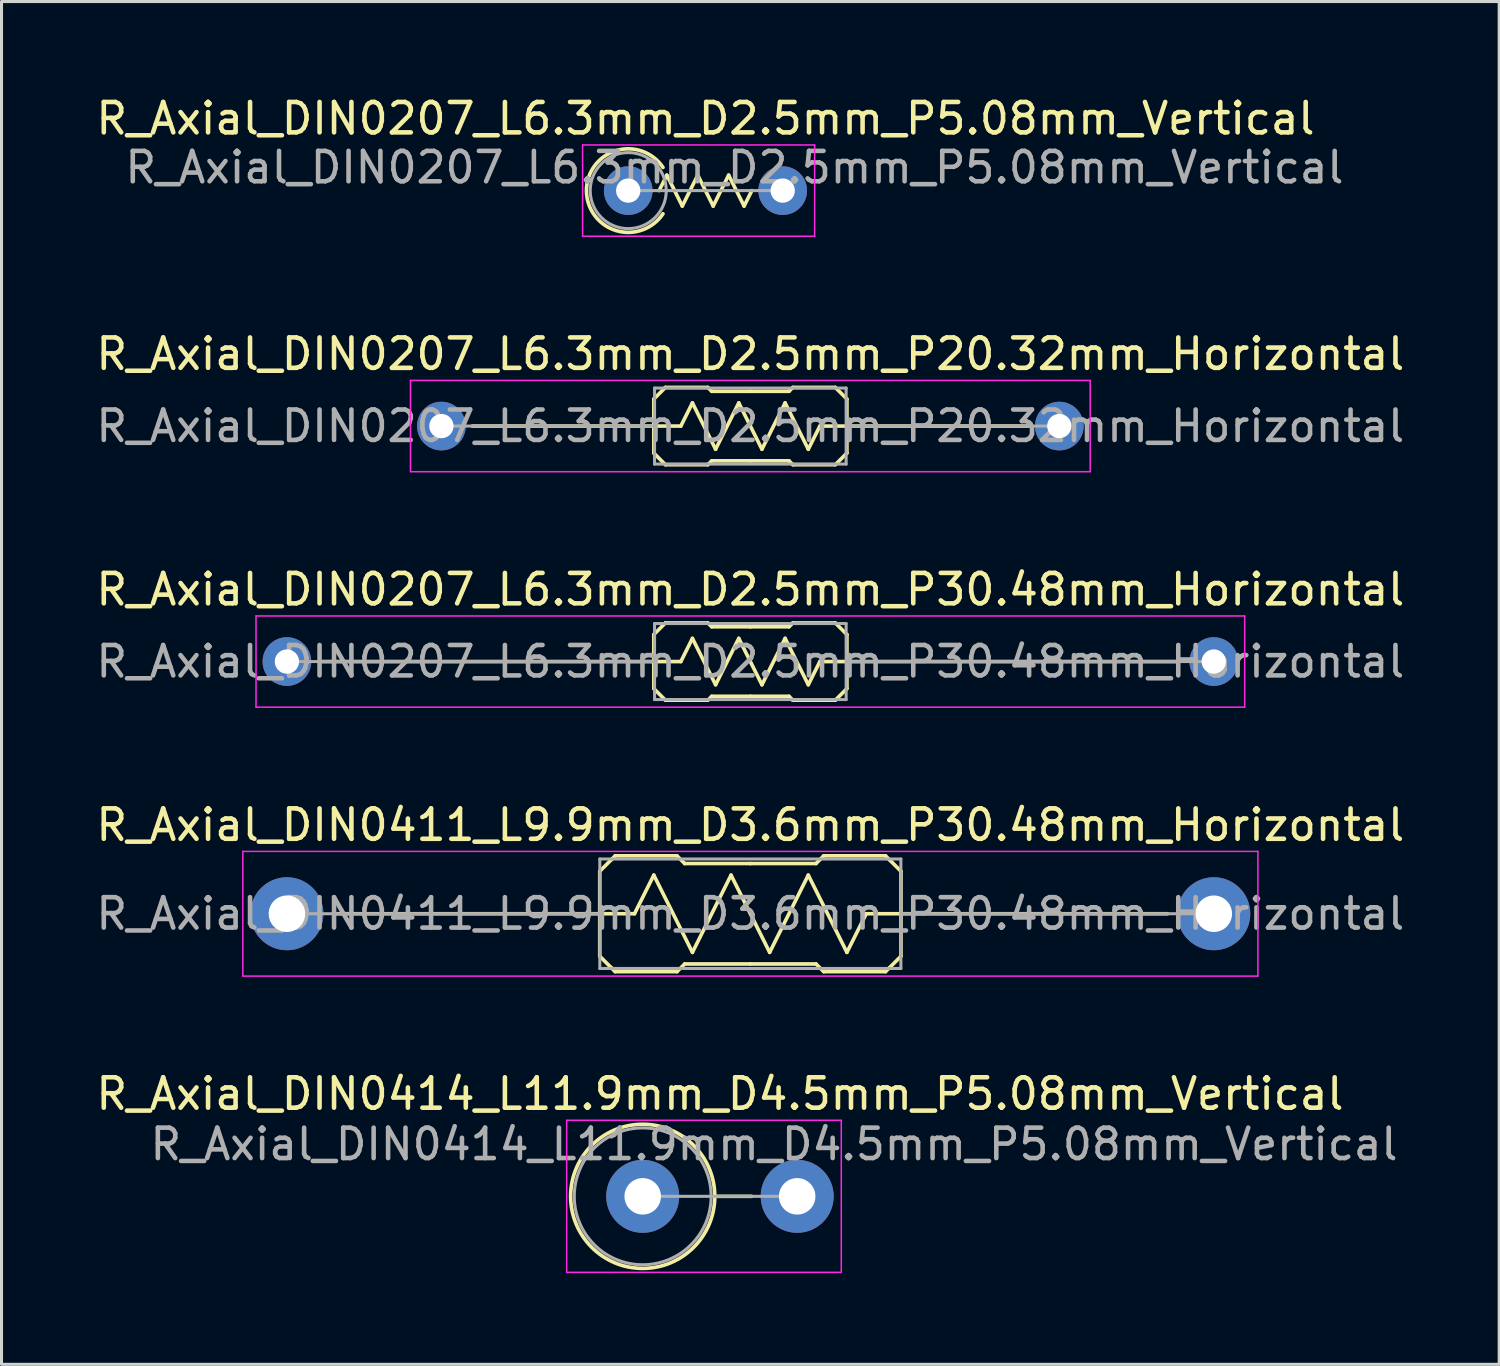
<source format=kicad_pcb>
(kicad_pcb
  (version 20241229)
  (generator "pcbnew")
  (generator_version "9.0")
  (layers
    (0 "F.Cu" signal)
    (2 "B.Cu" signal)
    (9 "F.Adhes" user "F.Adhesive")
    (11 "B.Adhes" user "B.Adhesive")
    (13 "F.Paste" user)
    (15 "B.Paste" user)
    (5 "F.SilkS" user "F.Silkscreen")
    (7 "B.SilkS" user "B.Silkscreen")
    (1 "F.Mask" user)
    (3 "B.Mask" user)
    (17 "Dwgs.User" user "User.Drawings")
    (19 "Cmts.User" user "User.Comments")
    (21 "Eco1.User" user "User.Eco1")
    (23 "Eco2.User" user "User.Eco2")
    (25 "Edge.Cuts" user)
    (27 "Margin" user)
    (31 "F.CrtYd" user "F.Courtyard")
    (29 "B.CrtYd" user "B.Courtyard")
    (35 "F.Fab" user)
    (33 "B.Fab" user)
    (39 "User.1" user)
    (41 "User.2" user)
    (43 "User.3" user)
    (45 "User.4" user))
  (footprint "R_Axial_DIN0414_L11.9mm_D4.5mm_P5.08mm_Vertical"
    (layer "F.Cu")
    (at 18.085 36.291)
    (property "Reference" "R_Axial_DIN0414_L11.9mm_D4.5mm_P5.08mm_Vertical" (at 2.54 -3.37 0) (layer "F.SilkS") (effects (font (size 1 1) (thickness 0.15))))
    (attr through_hole)
    (fp_line (start 2.37 0) (end 3.58 0) (stroke (width 0.12) (type solid)) (layer "F.SilkS"))
    (fp_circle (center 0 0) (end 2.37 0) (stroke (width 0.12) (type solid)) (fill no) (layer "F.SilkS"))
    (fp_line (start -2.5 -2.5) (end -2.5 2.5) (stroke (width 0.05) (type solid)) (layer "F.CrtYd"))
    (fp_line (start -2.5 2.5) (end 6.53 2.5) (stroke (width 0.05) (type solid)) (layer "F.CrtYd"))
    (fp_line (start 6.53 -2.5) (end -2.5 -2.5) (stroke (width 0.05) (type solid)) (layer "F.CrtYd"))
    (fp_line (start 6.53 2.5) (end 6.53 -2.5) (stroke (width 0.05) (type solid)) (layer "F.CrtYd"))
    (fp_line (start 0 0) (end 5.08 0) (stroke (width 0.1) (type solid)) (layer "F.Fab"))
    (fp_circle (center 0 0) (end 2.25 0) (stroke (width 0.1) (type solid)) (fill no) (layer "F.Fab"))
    (fp_text user "${REFERENCE}" (at 4.318 -1.714 0) (layer "F.Fab") (effects (font (size 1 1) (thickness 0.15))))
    (pad "1" thru_hole circle (at 0 0) (size 2.4 2.4) (drill 1.2) (layers "*.Cu" "*.Mask"))
    (pad "2" thru_hole oval (at 5.08 0) (size 2.4 2.4) (drill 1.2) (layers "*.Cu" "*.Mask")))
  (footprint "R_Axial_DIN0411_L9.9mm_D3.6mm_P30.48mm_Horizontal"
    (layer "F.Cu")
    (at 6.385 26.998)
    (property "Reference" "R_Axial_DIN0411_L9.9mm_D3.6mm_P30.48mm_Horizontal" (at 15.24 -2.92 0) (layer "F.SilkS") (effects (font (size 1 1) (thickness 0.15))))
    (attr through_hole)
    (fp_line (start 10.287 -1.397) (end 10.668 -1.778) (stroke (width 0.12) (type solid)) (layer "F.SilkS"))
    (fp_line (start 10.287 0) (end 1.524 0) (stroke (width 0.12) (type solid)) (layer "F.SilkS"))
    (fp_line (start 10.287 1.397) (end 10.287 -1.397) (stroke (width 0.12) (type solid)) (layer "F.SilkS"))
    (fp_line (start 10.287 1.397) (end 10.668 1.778) (stroke (width 0.12) (type solid)) (layer "F.SilkS"))
    (fp_line (start 10.668 -1.778) (end 10.795 -1.905) (stroke (width 0.12) (type solid)) (layer "F.SilkS"))
    (fp_line (start 10.668 1.778) (end 10.795 1.905) (stroke (width 0.12) (type solid)) (layer "F.SilkS"))
    (fp_line (start 10.795 -1.905) (end 12.827 -1.905) (stroke (width 0.12) (type solid)) (layer "F.SilkS"))
    (fp_line (start 10.795 1.905) (end 12.827 1.905) (stroke (width 0.12) (type solid)) (layer "F.SilkS"))
    (fp_line (start 11.43 0) (end 10.287 0) (stroke (width 0.12) (type solid)) (layer "F.SilkS"))
    (fp_line (start 11.43 0) (end 12.065 -1.27) (stroke (width 0.12) (type solid)) (layer "F.SilkS"))
    (fp_line (start 12.065 -1.27) (end 13.335 1.27) (stroke (width 0.12) (type solid)) (layer "F.SilkS"))
    (fp_line (start 12.827 -1.905) (end 13.081 -1.651) (stroke (width 0.12) (type solid)) (layer "F.SilkS"))
    (fp_line (start 12.827 1.905) (end 13.081 1.651) (stroke (width 0.12) (type solid)) (layer "F.SilkS"))
    (fp_line (start 13.081 -1.651) (end 15.24 -1.651) (stroke (width 0.12) (type solid)) (layer "F.SilkS"))
    (fp_line (start 13.081 1.651) (end 15.24 1.651) (stroke (width 0.12) (type solid)) (layer "F.SilkS"))
    (fp_line (start 13.335 1.27) (end 14.605 -1.27) (stroke (width 0.12) (type solid)) (layer "F.SilkS"))
    (fp_line (start 14.605 -1.27) (end 15.875 1.27) (stroke (width 0.12) (type solid)) (layer "F.SilkS"))
    (fp_line (start 15.875 1.27) (end 17.145 -1.27) (stroke (width 0.12) (type solid)) (layer "F.SilkS"))
    (fp_line (start 17.145 -1.27) (end 18.415 1.27) (stroke (width 0.12) (type solid)) (layer "F.SilkS"))
    (fp_line (start 17.399 -1.651) (end 15.24 -1.651) (stroke (width 0.12) (type solid)) (layer "F.SilkS"))
    (fp_line (start 17.399 1.651) (end 15.24 1.651) (stroke (width 0.12) (type solid)) (layer "F.SilkS"))
    (fp_line (start 17.653 -1.905) (end 17.399 -1.651) (stroke (width 0.12) (type solid)) (layer "F.SilkS"))
    (fp_line (start 17.653 1.905) (end 17.399 1.651) (stroke (width 0.12) (type solid)) (layer "F.SilkS"))
    (fp_line (start 18.415 1.27) (end 19.05 0) (stroke (width 0.12) (type solid)) (layer "F.SilkS"))
    (fp_line (start 19.05 0) (end 20.193 0) (stroke (width 0.12) (type solid)) (layer "F.SilkS"))
    (fp_line (start 19.685 -1.905) (end 17.653 -1.905) (stroke (width 0.12) (type solid)) (layer "F.SilkS"))
    (fp_line (start 19.685 1.905) (end 17.653 1.905) (stroke (width 0.12) (type solid)) (layer "F.SilkS"))
    (fp_line (start 19.812 -1.778) (end 19.685 -1.905) (stroke (width 0.12) (type solid)) (layer "F.SilkS"))
    (fp_line (start 19.812 1.778) (end 19.685 1.905) (stroke (width 0.12) (type solid)) (layer "F.SilkS"))
    (fp_line (start 20.193 -1.397) (end 19.812 -1.778) (stroke (width 0.12) (type solid)) (layer "F.SilkS"))
    (fp_line (start 20.193 0) (end 28.956 0) (stroke (width 0.12) (type solid)) (layer "F.SilkS"))
    (fp_line (start 20.193 1.397) (end 19.812 1.778) (stroke (width 0.12) (type solid)) (layer "F.SilkS"))
    (fp_line (start 20.193 1.397) (end 20.193 -1.397) (stroke (width 0.12) (type solid)) (layer "F.SilkS"))
    (fp_line (start -1.45 -2.05) (end -1.45 2.05) (stroke (width 0.05) (type solid)) (layer "F.CrtYd"))
    (fp_line (start -1.45 2.05) (end 31.93 2.05) (stroke (width 0.05) (type solid)) (layer "F.CrtYd"))
    (fp_line (start 31.93 -2.05) (end -1.45 -2.05) (stroke (width 0.05) (type solid)) (layer "F.CrtYd"))
    (fp_line (start 31.93 2.05) (end 31.93 -2.05) (stroke (width 0.05) (type solid)) (layer "F.CrtYd"))
    (fp_line (start 0 0) (end 10.29 0) (stroke (width 0.1) (type solid)) (layer "F.Fab"))
    (fp_line (start 10.29 -1.8) (end 10.29 1.8) (stroke (width 0.1) (type solid)) (layer "F.Fab"))
    (fp_line (start 10.29 1.8) (end 20.19 1.8) (stroke (width 0.1) (type solid)) (layer "F.Fab"))
    (fp_line (start 20.19 -1.8) (end 10.29 -1.8) (stroke (width 0.1) (type solid)) (layer "F.Fab"))
    (fp_line (start 20.19 1.8) (end 20.19 -1.8) (stroke (width 0.1) (type solid)) (layer "F.Fab"))
    (fp_line (start 30.48 0) (end 20.19 0) (stroke (width 0.1) (type solid)) (layer "F.Fab"))
    (fp_text user "${REFERENCE}" (at 15.24 0 0) (layer "F.Fab") (effects (font (size 1 1) (thickness 0.15))))
    (pad "1" thru_hole circle (at 0 0) (size 2.4 2.4) (drill 1.2) (layers "*.Cu" "*.Mask"))
    (pad "2" thru_hole oval (at 30.48 0) (size 2.4 2.4) (drill 1.2) (layers "*.Cu" "*.Mask")))
  (footprint "R_Axial_DIN0207_L6.3mm_D2.5mm_P5.08mm_Vertical"
    (layer "F.Cu")
    (at 17.609 3.218)
    (property "Reference" "R_Axial_DIN0207_L6.3mm_D2.5mm_P5.08mm_Vertical" (at 2.54 -2.37 0) (layer "F.SilkS") (effects (font (size 1 1) (thickness 0.15))))
    (attr through_hole)
    (fp_line (start 1.016 0) (end 1.27 -0.508) (stroke (width 0.12) (type solid)) (layer "F.SilkS"))
    (fp_line (start 1.27 -0.508) (end 1.778 0.508) (stroke (width 0.12) (type solid)) (layer "F.SilkS"))
    (fp_line (start 1.778 0.508) (end 2.286 -0.508) (stroke (width 0.12) (type solid)) (layer "F.SilkS"))
    (fp_line (start 2.286 -0.508) (end 2.794 0.508) (stroke (width 0.12) (type solid)) (layer "F.SilkS"))
    (fp_line (start 2.794 0.508) (end 3.302 -0.508) (stroke (width 0.12) (type solid)) (layer "F.SilkS"))
    (fp_line (start 3.302 -0.508) (end 3.81 0.508) (stroke (width 0.12) (type solid)) (layer "F.SilkS"))
    (fp_line (start 3.81 0.508) (end 4.064 0) (stroke (width 0.12) (type solid)) (layer "F.SilkS"))
    (fp_arc (start 1.143 0.762) (mid -1.373715 0) (end 1.143 -0.762) (stroke (width 0.12) (type solid)) (layer "F.SilkS"))
    (fp_line (start -1.5 -1.5) (end -1.5 1.5) (stroke (width 0.05) (type solid)) (layer "F.CrtYd"))
    (fp_line (start -1.5 1.5) (end 6.13 1.5) (stroke (width 0.05) (type solid)) (layer "F.CrtYd"))
    (fp_line (start 6.13 -1.5) (end -1.5 -1.5) (stroke (width 0.05) (type solid)) (layer "F.CrtYd"))
    (fp_line (start 6.13 1.5) (end 6.13 -1.5) (stroke (width 0.05) (type solid)) (layer "F.CrtYd"))
    (fp_line (start 0 0) (end 5.08 0) (stroke (width 0.1) (type solid)) (layer "F.Fab"))
    (fp_circle (center 0 0) (end 1.25 0) (stroke (width 0.1) (type solid)) (fill no) (layer "F.Fab"))
    (fp_text user "${REFERENCE}" (at 3.493 -0.762 0) (layer "F.Fab") (effects (font (size 1 1) (thickness 0.15))))
    (pad "1" thru_hole circle (at 0 0) (size 1.6 1.6) (drill 0.8) (layers "*.Cu" "*.Mask"))
    (pad "2" thru_hole oval (at 5.08 0) (size 1.6 1.6) (drill 0.8) (layers "*.Cu" "*.Mask")))
  (footprint "R_Axial_DIN0207_L6.3mm_D2.5mm_P20.32mm_Horizontal"
    (layer "F.Cu")
    (at 14.005 10.961)
    (property "Reference" "R_Axial_DIN0207_L6.3mm_D2.5mm_P20.32mm_Horizontal" (at 7.62 -2.37 0) (layer "F.SilkS") (effects (font (size 1 1) (thickness 0.15))))
    (attr through_hole)
    (fp_line (start 4.445 -0.889) (end 4.445 0.889) (stroke (width 0.12) (type solid)) (layer "F.SilkS"))
    (fp_line (start 4.445 -0.889) (end 4.826 -1.27) (stroke (width 0.12) (type solid)) (layer "F.SilkS"))
    (fp_line (start 4.445 0) (end -1.524 0) (stroke (width 0.12) (type solid)) (layer "F.SilkS"))
    (fp_line (start 4.445 0.889) (end 4.826 1.27) (stroke (width 0.12) (type solid)) (layer "F.SilkS"))
    (fp_line (start 4.826 -1.27) (end 6.223 -1.27) (stroke (width 0.12) (type solid)) (layer "F.SilkS"))
    (fp_line (start 4.826 1.27) (end 6.223 1.27) (stroke (width 0.12) (type solid)) (layer "F.SilkS"))
    (fp_line (start 5.334 0) (end 4.445 0) (stroke (width 0.12) (type solid)) (layer "F.SilkS"))
    (fp_line (start 5.334 0) (end 5.715 -0.762) (stroke (width 0.12) (type solid)) (layer "F.SilkS"))
    (fp_line (start 5.715 -0.762) (end 6.477 0.762) (stroke (width 0.12) (type solid)) (layer "F.SilkS"))
    (fp_line (start 6.223 -1.27) (end 6.35 -1.143) (stroke (width 0.12) (type solid)) (layer "F.SilkS"))
    (fp_line (start 6.223 1.27) (end 6.35 1.143) (stroke (width 0.12) (type solid)) (layer "F.SilkS"))
    (fp_line (start 6.35 -1.143) (end 7.62 -1.143) (stroke (width 0.12) (type solid)) (layer "F.SilkS"))
    (fp_line (start 6.35 1.143) (end 7.62 1.143) (stroke (width 0.12) (type solid)) (layer "F.SilkS"))
    (fp_line (start 6.477 0.762) (end 7.239 -0.762) (stroke (width 0.12) (type solid)) (layer "F.SilkS"))
    (fp_line (start 7.239 -0.762) (end 8.001 0.762) (stroke (width 0.12) (type solid)) (layer "F.SilkS"))
    (fp_line (start 8.001 0.762) (end 8.763 -0.762) (stroke (width 0.12) (type solid)) (layer "F.SilkS"))
    (fp_line (start 8.763 -0.762) (end 9.525 0.762) (stroke (width 0.12) (type solid)) (layer "F.SilkS"))
    (fp_line (start 8.89 -1.143) (end 7.62 -1.143) (stroke (width 0.12) (type solid)) (layer "F.SilkS"))
    (fp_line (start 8.89 1.143) (end 7.62 1.143) (stroke (width 0.12) (type solid)) (layer "F.SilkS"))
    (fp_line (start 9.017 -1.27) (end 8.89 -1.143) (stroke (width 0.12) (type solid)) (layer "F.SilkS"))
    (fp_line (start 9.017 1.27) (end 8.89 1.143) (stroke (width 0.12) (type solid)) (layer "F.SilkS"))
    (fp_line (start 9.525 0.762) (end 9.906 0) (stroke (width 0.12) (type solid)) (layer "F.SilkS"))
    (fp_line (start 10.414 -1.27) (end 9.017 -1.27) (stroke (width 0.12) (type solid)) (layer "F.SilkS"))
    (fp_line (start 10.414 1.27) (end 9.017 1.27) (stroke (width 0.12) (type solid)) (layer "F.SilkS"))
    (fp_line (start 10.795 -0.889) (end 10.414 -1.27) (stroke (width 0.12) (type solid)) (layer "F.SilkS"))
    (fp_line (start 10.795 -0.889) (end 10.795 0.889) (stroke (width 0.12) (type solid)) (layer "F.SilkS"))
    (fp_line (start 10.795 0) (end 9.906 0) (stroke (width 0.12) (type solid)) (layer "F.SilkS"))
    (fp_line (start 10.795 0) (end 16.764 0) (stroke (width 0.12) (type solid)) (layer "F.SilkS"))
    (fp_line (start 10.795 0.889) (end 10.414 1.27) (stroke (width 0.12) (type solid)) (layer "F.SilkS"))
    (fp_line (start -3.556 -1.5) (end -3.556 1.5) (stroke (width 0.05) (type solid)) (layer "F.CrtYd"))
    (fp_line (start -3.556 1.5) (end 18.796 1.5) (stroke (width 0.05) (type solid)) (layer "F.CrtYd"))
    (fp_line (start 18.796 -1.5) (end -3.556 -1.5) (stroke (width 0.05) (type solid)) (layer "F.CrtYd"))
    (fp_line (start 18.796 1.5) (end 18.796 -1.5) (stroke (width 0.05) (type solid)) (layer "F.CrtYd"))
    (fp_line (start -2.54 0) (end 4.47 0) (stroke (width 0.1) (type solid)) (layer "F.Fab"))
    (fp_line (start 4.47 -1.25) (end 4.47 1.25) (stroke (width 0.1) (type solid)) (layer "F.Fab"))
    (fp_line (start 4.47 1.25) (end 10.77 1.25) (stroke (width 0.1) (type solid)) (layer "F.Fab"))
    (fp_line (start 10.77 -1.25) (end 4.47 -1.25) (stroke (width 0.1) (type solid)) (layer "F.Fab"))
    (fp_line (start 10.77 1.25) (end 10.77 -1.25) (stroke (width 0.1) (type solid)) (layer "F.Fab"))
    (fp_line (start 17.78 0) (end 10.77 0) (stroke (width 0.1) (type solid)) (layer "F.Fab"))
    (fp_text user "${REFERENCE}" (at 7.62 0 0) (layer "F.Fab") (effects (font (size 1 1) (thickness 0.15))))
    (pad "1" thru_hole circle (at -2.54 0) (size 1.6 1.6) (drill 0.8) (layers "*.Cu" "*.Mask"))
    (pad "2" thru_hole oval (at 17.78 0) (size 1.6 1.6) (drill 0.8) (layers "*.Cu" "*.Mask")))
  (footprint "R_Axial_DIN0207_L6.3mm_D2.5mm_P30.48mm_Horizontal"
    (layer "F.Cu")
    (at 14.005 18.705)
    (property "Reference" "R_Axial_DIN0207_L6.3mm_D2.5mm_P30.48mm_Horizontal" (at 7.62 -2.37 0) (layer "F.SilkS") (effects (font (size 1 1) (thickness 0.15))))
    (attr through_hole)
    (fp_line (start 4.445 -0.889) (end 4.445 0.889) (stroke (width 0.12) (type solid)) (layer "F.SilkS"))
    (fp_line (start 4.445 -0.889) (end 4.826 -1.27) (stroke (width 0.12) (type solid)) (layer "F.SilkS"))
    (fp_line (start 4.445 0) (end -6.477 0) (stroke (width 0.12) (type solid)) (layer "F.SilkS"))
    (fp_line (start 4.445 0.889) (end 4.826 1.27) (stroke (width 0.12) (type solid)) (layer "F.SilkS"))
    (fp_line (start 4.826 -1.27) (end 6.223 -1.27) (stroke (width 0.12) (type solid)) (layer "F.SilkS"))
    (fp_line (start 4.826 1.27) (end 6.223 1.27) (stroke (width 0.12) (type solid)) (layer "F.SilkS"))
    (fp_line (start 5.334 0) (end 4.445 0) (stroke (width 0.12) (type solid)) (layer "F.SilkS"))
    (fp_line (start 5.334 0) (end 5.715 -0.762) (stroke (width 0.12) (type solid)) (layer "F.SilkS"))
    (fp_line (start 5.715 -0.762) (end 6.477 0.762) (stroke (width 0.12) (type solid)) (layer "F.SilkS"))
    (fp_line (start 6.223 -1.27) (end 6.35 -1.143) (stroke (width 0.12) (type solid)) (layer "F.SilkS"))
    (fp_line (start 6.223 1.27) (end 6.35 1.143) (stroke (width 0.12) (type solid)) (layer "F.SilkS"))
    (fp_line (start 6.35 -1.143) (end 7.62 -1.143) (stroke (width 0.12) (type solid)) (layer "F.SilkS"))
    (fp_line (start 6.35 1.143) (end 7.62 1.143) (stroke (width 0.12) (type solid)) (layer "F.SilkS"))
    (fp_line (start 6.477 0.762) (end 7.239 -0.762) (stroke (width 0.12) (type solid)) (layer "F.SilkS"))
    (fp_line (start 7.239 -0.762) (end 8.001 0.762) (stroke (width 0.12) (type solid)) (layer "F.SilkS"))
    (fp_line (start 8.001 0.762) (end 8.763 -0.762) (stroke (width 0.12) (type solid)) (layer "F.SilkS"))
    (fp_line (start 8.763 -0.762) (end 9.525 0.762) (stroke (width 0.12) (type solid)) (layer "F.SilkS"))
    (fp_line (start 8.89 -1.143) (end 7.62 -1.143) (stroke (width 0.12) (type solid)) (layer "F.SilkS"))
    (fp_line (start 8.89 1.143) (end 7.62 1.143) (stroke (width 0.12) (type solid)) (layer "F.SilkS"))
    (fp_line (start 9.017 -1.27) (end 8.89 -1.143) (stroke (width 0.12) (type solid)) (layer "F.SilkS"))
    (fp_line (start 9.017 1.27) (end 8.89 1.143) (stroke (width 0.12) (type solid)) (layer "F.SilkS"))
    (fp_line (start 9.525 0.762) (end 9.906 0) (stroke (width 0.12) (type solid)) (layer "F.SilkS"))
    (fp_line (start 10.414 -1.27) (end 9.017 -1.27) (stroke (width 0.12) (type solid)) (layer "F.SilkS"))
    (fp_line (start 10.414 1.27) (end 9.017 1.27) (stroke (width 0.12) (type solid)) (layer "F.SilkS"))
    (fp_line (start 10.795 -0.889) (end 10.414 -1.27) (stroke (width 0.12) (type solid)) (layer "F.SilkS"))
    (fp_line (start 10.795 -0.889) (end 10.795 0.889) (stroke (width 0.12) (type solid)) (layer "F.SilkS"))
    (fp_line (start 10.795 0) (end 9.906 0) (stroke (width 0.12) (type solid)) (layer "F.SilkS"))
    (fp_line (start 10.795 0) (end 21.717 0) (stroke (width 0.12) (type solid)) (layer "F.SilkS"))
    (fp_line (start 10.795 0.889) (end 10.414 1.27) (stroke (width 0.12) (type solid)) (layer "F.SilkS"))
    (fp_line (start -8.636 -1.5) (end -8.636 1.5) (stroke (width 0.05) (type solid)) (layer "F.CrtYd"))
    (fp_line (start -8.636 1.5) (end 23.876 1.5) (stroke (width 0.05) (type solid)) (layer "F.CrtYd"))
    (fp_line (start 23.876 -1.5) (end -8.636 -1.5) (stroke (width 0.05) (type solid)) (layer "F.CrtYd"))
    (fp_line (start 23.876 1.5) (end 23.876 -1.5) (stroke (width 0.05) (type solid)) (layer "F.CrtYd"))
    (fp_line (start -7.62 0) (end 4.47 0) (stroke (width 0.1) (type solid)) (layer "F.Fab"))
    (fp_line (start 4.47 -1.25) (end 4.47 1.25) (stroke (width 0.1) (type solid)) (layer "F.Fab"))
    (fp_line (start 4.47 1.25) (end 10.77 1.25) (stroke (width 0.1) (type solid)) (layer "F.Fab"))
    (fp_line (start 10.77 -1.25) (end 4.47 -1.25) (stroke (width 0.1) (type solid)) (layer "F.Fab"))
    (fp_line (start 10.77 1.25) (end 10.77 -1.25) (stroke (width 0.1) (type solid)) (layer "F.Fab"))
    (fp_line (start 22.86 0) (end 10.77 0) (stroke (width 0.1) (type solid)) (layer "F.Fab"))
    (fp_text user "${REFERENCE}" (at 7.62 0 0) (layer "F.Fab") (effects (font (size 1 1) (thickness 0.15))))
    (pad "1" thru_hole circle (at -7.62 0) (size 1.6 1.6) (drill 0.8) (layers "*.Cu" "*.Mask"))
    (pad "2" thru_hole oval (at 22.86 0) (size 1.6 1.6) (drill 0.8) (layers "*.Cu" "*.Mask")))
  (gr_rect
    (start -3 -3)
    (end 46.25 41.816)
    (stroke (width 0.1) (type default))
    (fill no)
    (layer "Edge.Cuts")))
</source>
